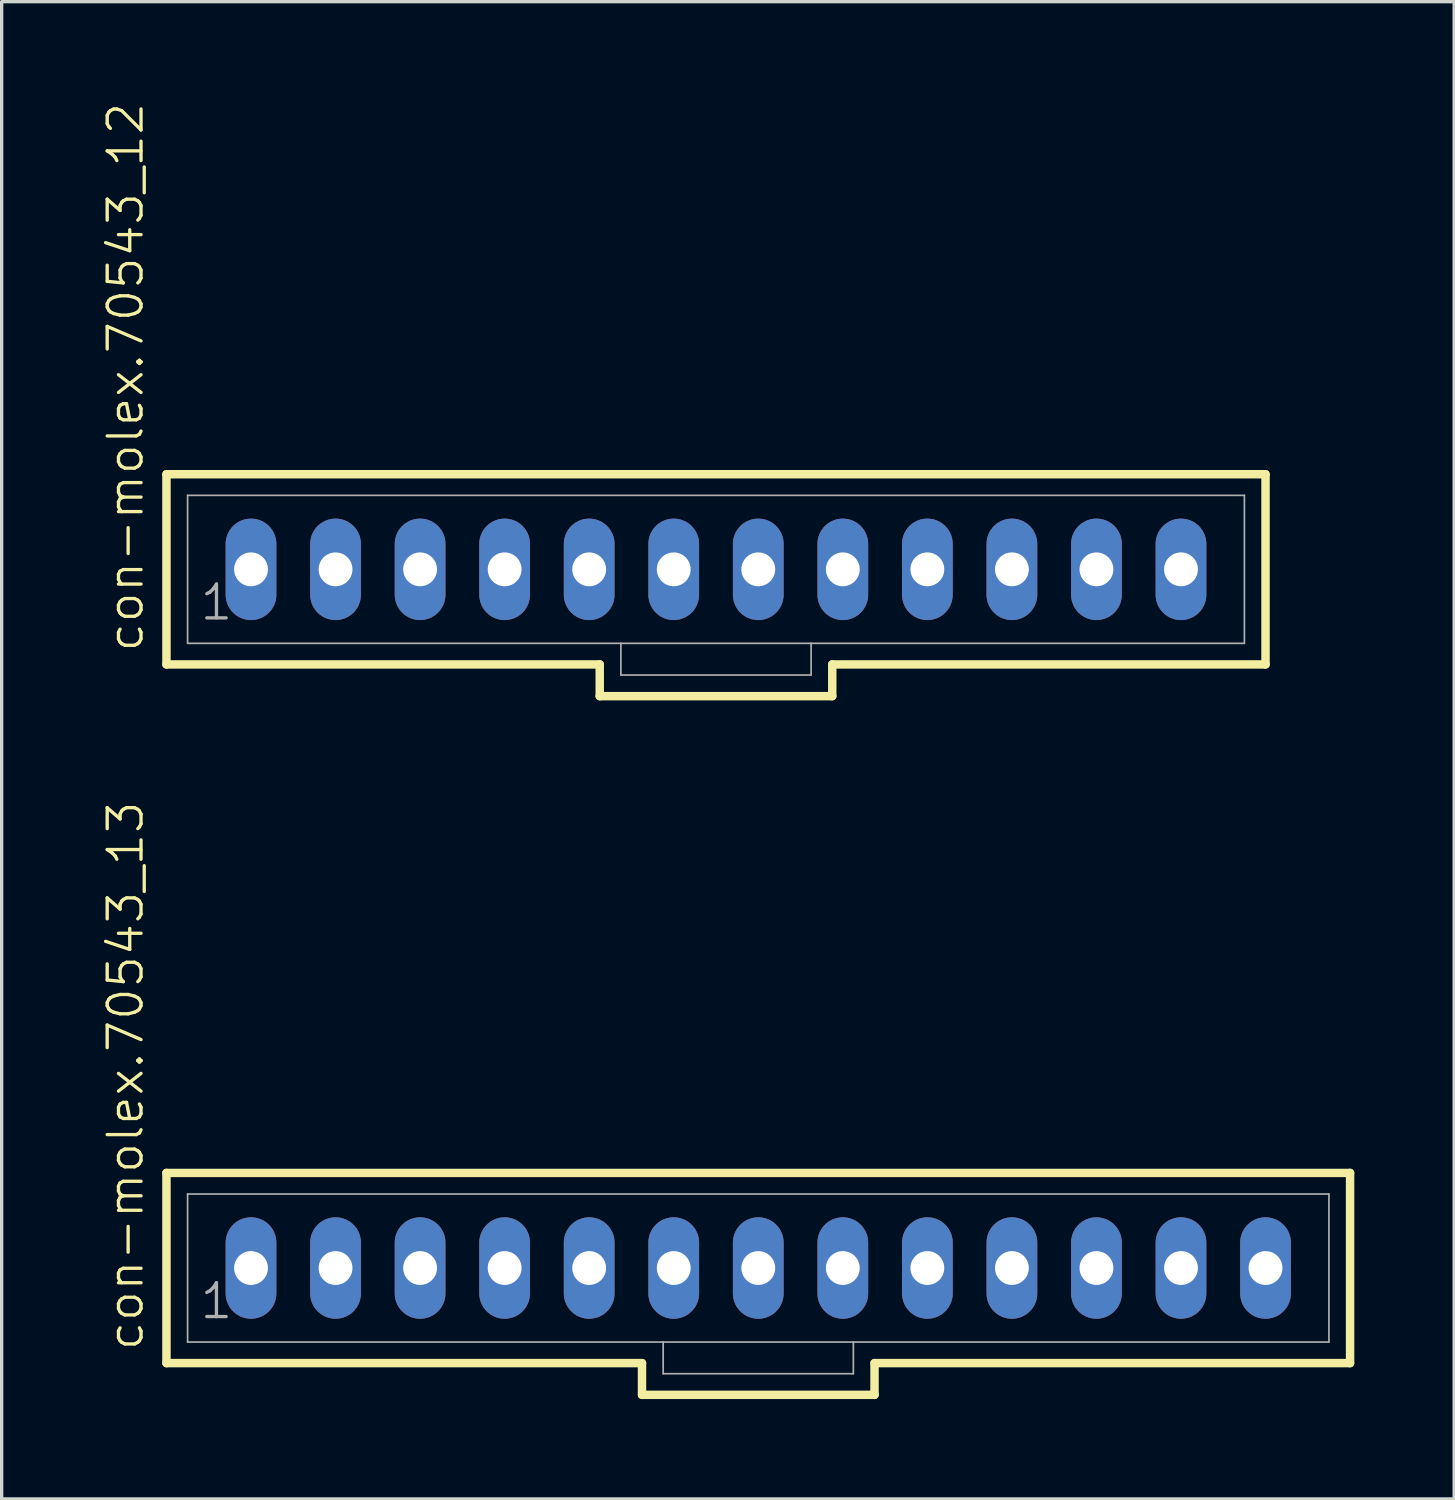
<source format=kicad_pcb>
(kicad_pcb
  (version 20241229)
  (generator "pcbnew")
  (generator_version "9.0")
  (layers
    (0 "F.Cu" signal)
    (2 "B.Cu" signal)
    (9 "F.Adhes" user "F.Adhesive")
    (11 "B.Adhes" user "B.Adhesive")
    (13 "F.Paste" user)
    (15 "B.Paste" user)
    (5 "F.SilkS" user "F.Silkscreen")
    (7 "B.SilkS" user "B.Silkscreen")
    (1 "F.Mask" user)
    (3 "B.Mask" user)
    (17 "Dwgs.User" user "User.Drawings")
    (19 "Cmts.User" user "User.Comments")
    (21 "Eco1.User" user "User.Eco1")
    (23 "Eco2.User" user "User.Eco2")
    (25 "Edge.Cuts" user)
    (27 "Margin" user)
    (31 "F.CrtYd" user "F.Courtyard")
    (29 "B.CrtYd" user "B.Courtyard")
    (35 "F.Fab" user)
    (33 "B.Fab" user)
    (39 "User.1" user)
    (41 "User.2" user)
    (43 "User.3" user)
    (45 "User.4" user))
  (footprint "con-molex.70543_12"
    (layer "F.Cu")
    (at 18.461 14.055)
    (property "Reference" "con-molex.70543_12" (at -17.145 2.54 90) (layer "F.SilkS") (effects (font (size 1.016 1.016) (thickness 0.1)) (justify left bottom)))
    (attr through_hole)
    (fp_line (start -16.51 -2.857) (end -16.51 2.857) (stroke (width 0.254) (type default)) (layer "F.SilkS"))
    (fp_line (start -16.51 2.857) (end -3.493 2.857) (stroke (width 0.254) (type default)) (layer "F.SilkS"))
    (fp_line (start -3.493 2.857) (end -3.493 3.81) (stroke (width 0.254) (type default)) (layer "F.SilkS"))
    (fp_line (start -3.493 3.81) (end 3.493 3.81) (stroke (width 0.254) (type default)) (layer "F.SilkS"))
    (fp_line (start 3.493 2.857) (end 16.51 2.857) (stroke (width 0.254) (type default)) (layer "F.SilkS"))
    (fp_line (start 3.493 3.81) (end 3.493 2.857) (stroke (width 0.254) (type default)) (layer "F.SilkS"))
    (fp_line (start 16.51 -2.857) (end -16.51 -2.857) (stroke (width 0.254) (type default)) (layer "F.SilkS"))
    (fp_line (start 16.51 2.857) (end 16.51 -2.857) (stroke (width 0.254) (type default)) (layer "F.SilkS"))
    (fp_line (start -15.875 -2.223) (end -15.875 2.223) (stroke (width 0.051) (type default)) (layer "F.Fab"))
    (fp_line (start -15.875 -2.223) (end 15.875 -2.223) (stroke (width 0.051) (type default)) (layer "F.Fab"))
    (fp_line (start -15.875 2.223) (end -2.857 2.223) (stroke (width 0.051) (type default)) (layer "F.Fab"))
    (fp_line (start -2.857 2.223) (end -2.857 3.175) (stroke (width 0.051) (type default)) (layer "F.Fab"))
    (fp_line (start -2.857 2.223) (end 2.857 2.223) (stroke (width 0.051) (type default)) (layer "F.Fab"))
    (fp_line (start 2.857 2.223) (end 2.857 3.175) (stroke (width 0.051) (type default)) (layer "F.Fab"))
    (fp_line (start 2.857 2.223) (end 15.875 2.223) (stroke (width 0.051) (type default)) (layer "F.Fab"))
    (fp_line (start 2.857 3.175) (end -2.857 3.175) (stroke (width 0.051) (type default)) (layer "F.Fab"))
    (fp_line (start 15.875 -2.223) (end 15.875 2.223) (stroke (width 0.051) (type default)) (layer "F.Fab"))
    (fp_rect (start -14.208 0.238) (end -13.732 -0.238) (stroke (width 0.05) (type default)) (fill no) (layer "F.Fab"))
    (fp_rect (start -11.668 0.238) (end -11.192 -0.238) (stroke (width 0.05) (type default)) (fill no) (layer "F.Fab"))
    (fp_rect (start -9.128 0.238) (end -8.652 -0.238) (stroke (width 0.05) (type default)) (fill no) (layer "F.Fab"))
    (fp_rect (start -6.588 0.238) (end -6.112 -0.238) (stroke (width 0.05) (type default)) (fill no) (layer "F.Fab"))
    (fp_rect (start -4.048 0.238) (end -3.572 -0.238) (stroke (width 0.05) (type default)) (fill no) (layer "F.Fab"))
    (fp_rect (start -1.508 0.238) (end -1.032 -0.238) (stroke (width 0.05) (type default)) (fill no) (layer "F.Fab"))
    (fp_rect (start 1.032 0.238) (end 1.508 -0.238) (stroke (width 0.05) (type default)) (fill no) (layer "F.Fab"))
    (fp_rect (start 3.572 0.238) (end 4.048 -0.238) (stroke (width 0.05) (type default)) (fill no) (layer "F.Fab"))
    (fp_rect (start 6.112 0.238) (end 6.588 -0.238) (stroke (width 0.05) (type default)) (fill no) (layer "F.Fab"))
    (fp_rect (start 8.652 0.238) (end 9.128 -0.238) (stroke (width 0.05) (type default)) (fill no) (layer "F.Fab"))
    (fp_rect (start 11.192 0.238) (end 11.668 -0.238) (stroke (width 0.05) (type default)) (fill no) (layer "F.Fab"))
    (fp_rect (start 13.732 0.238) (end 14.208 -0.238) (stroke (width 0.05) (type default)) (fill no) (layer "F.Fab"))
    (fp_text user "1" (at -15.557 1.587 0) (layer "F.Fab") (effects (font (size 1.016 1.016) (thickness 0.1)) (justify left bottom)))
    (pad "1" thru_hole oval (at -13.97 0 90) (size 3.048 1.524) (drill 1.016) (layers "*.Cu" "*.Mask"))
    (pad "2" thru_hole oval (at -11.43 0 90) (size 3.048 1.524) (drill 1.016) (layers "*.Cu" "*.Mask"))
    (pad "3" thru_hole oval (at -8.89 0 90) (size 3.048 1.524) (drill 1.016) (layers "*.Cu" "*.Mask"))
    (pad "4" thru_hole oval (at -6.35 0 90) (size 3.048 1.524) (drill 1.016) (layers "*.Cu" "*.Mask"))
    (pad "5" thru_hole oval (at -3.81 0 90) (size 3.048 1.524) (drill 1.016) (layers "*.Cu" "*.Mask"))
    (pad "6" thru_hole oval (at -1.27 0 90) (size 3.048 1.524) (drill 1.016) (layers "*.Cu" "*.Mask"))
    (pad "7" thru_hole oval (at 1.27 0 90) (size 3.048 1.524) (drill 1.016) (layers "*.Cu" "*.Mask"))
    (pad "8" thru_hole oval (at 3.81 0 90) (size 3.048 1.524) (drill 1.016) (layers "*.Cu" "*.Mask"))
    (pad "9" thru_hole oval (at 6.35 0 90) (size 3.048 1.524) (drill 1.016) (layers "*.Cu" "*.Mask"))
    (pad "10" thru_hole oval (at 8.89 0 90) (size 3.048 1.524) (drill 1.016) (layers "*.Cu" "*.Mask"))
    (pad "11" thru_hole oval (at 11.43 0 90) (size 3.048 1.524) (drill 1.016) (layers "*.Cu" "*.Mask"))
    (pad "12" thru_hole oval (at 13.97 0 90) (size 3.048 1.524) (drill 1.016) (layers "*.Cu" "*.Mask")))
  (footprint "con-molex.70543_13"
    (layer "F.Cu")
    (at 19.731 35.046)
    (property "Reference" "con-molex.70543_13" (at -18.415 2.54 90) (layer "F.SilkS") (effects (font (size 1.016 1.016) (thickness 0.1)) (justify left bottom)))
    (attr through_hole)
    (fp_line (start -17.78 -2.857) (end -17.78 2.857) (stroke (width 0.254) (type default)) (layer "F.SilkS"))
    (fp_line (start -17.78 2.857) (end -3.493 2.857) (stroke (width 0.254) (type default)) (layer "F.SilkS"))
    (fp_line (start -3.493 2.857) (end -3.493 3.81) (stroke (width 0.254) (type default)) (layer "F.SilkS"))
    (fp_line (start -3.493 3.81) (end 3.493 3.81) (stroke (width 0.254) (type default)) (layer "F.SilkS"))
    (fp_line (start 3.493 2.857) (end 17.78 2.857) (stroke (width 0.254) (type default)) (layer "F.SilkS"))
    (fp_line (start 3.493 3.81) (end 3.493 2.857) (stroke (width 0.254) (type default)) (layer "F.SilkS"))
    (fp_line (start 17.78 -2.857) (end -17.78 -2.857) (stroke (width 0.254) (type default)) (layer "F.SilkS"))
    (fp_line (start 17.78 2.857) (end 17.78 -2.857) (stroke (width 0.254) (type default)) (layer "F.SilkS"))
    (fp_line (start -17.145 -2.223) (end -17.145 2.223) (stroke (width 0.051) (type default)) (layer "F.Fab"))
    (fp_line (start -17.145 -2.223) (end 17.145 -2.223) (stroke (width 0.051) (type default)) (layer "F.Fab"))
    (fp_line (start -17.145 2.223) (end -2.857 2.223) (stroke (width 0.051) (type default)) (layer "F.Fab"))
    (fp_line (start -2.857 2.223) (end -2.857 3.175) (stroke (width 0.051) (type default)) (layer "F.Fab"))
    (fp_line (start -2.857 2.223) (end 2.857 2.223) (stroke (width 0.051) (type default)) (layer "F.Fab"))
    (fp_line (start 2.857 2.223) (end 2.857 3.175) (stroke (width 0.051) (type default)) (layer "F.Fab"))
    (fp_line (start 2.857 2.223) (end 17.145 2.223) (stroke (width 0.051) (type default)) (layer "F.Fab"))
    (fp_line (start 2.857 3.175) (end -2.857 3.175) (stroke (width 0.051) (type default)) (layer "F.Fab"))
    (fp_line (start 17.145 -2.223) (end 17.145 2.223) (stroke (width 0.051) (type default)) (layer "F.Fab"))
    (fp_rect (start -15.478 0.238) (end -15.002 -0.238) (stroke (width 0.05) (type default)) (fill no) (layer "F.Fab"))
    (fp_rect (start -12.938 0.238) (end -12.462 -0.238) (stroke (width 0.05) (type default)) (fill no) (layer "F.Fab"))
    (fp_rect (start -10.398 0.238) (end -9.922 -0.238) (stroke (width 0.05) (type default)) (fill no) (layer "F.Fab"))
    (fp_rect (start -7.858 0.238) (end -7.382 -0.238) (stroke (width 0.05) (type default)) (fill no) (layer "F.Fab"))
    (fp_rect (start -5.318 0.238) (end -4.842 -0.238) (stroke (width 0.05) (type default)) (fill no) (layer "F.Fab"))
    (fp_rect (start -2.778 0.238) (end -2.302 -0.238) (stroke (width 0.05) (type default)) (fill no) (layer "F.Fab"))
    (fp_rect (start -0.238 0.238) (end 0.238 -0.238) (stroke (width 0.05) (type default)) (fill no) (layer "F.Fab"))
    (fp_rect (start 2.302 0.238) (end 2.778 -0.238) (stroke (width 0.05) (type default)) (fill no) (layer "F.Fab"))
    (fp_rect (start 4.842 0.238) (end 5.318 -0.238) (stroke (width 0.05) (type default)) (fill no) (layer "F.Fab"))
    (fp_rect (start 7.382 0.238) (end 7.858 -0.238) (stroke (width 0.05) (type default)) (fill no) (layer "F.Fab"))
    (fp_rect (start 9.922 0.238) (end 10.398 -0.238) (stroke (width 0.05) (type default)) (fill no) (layer "F.Fab"))
    (fp_rect (start 12.462 0.238) (end 12.938 -0.238) (stroke (width 0.05) (type default)) (fill no) (layer "F.Fab"))
    (fp_rect (start 15.002 0.238) (end 15.478 -0.238) (stroke (width 0.05) (type default)) (fill no) (layer "F.Fab"))
    (fp_text user "1" (at -16.828 1.587 0) (layer "F.Fab") (effects (font (size 1.016 1.016) (thickness 0.1)) (justify left bottom)))
    (pad "1" thru_hole oval (at -15.24 0 90) (size 3.048 1.524) (drill 1.016) (layers "*.Cu" "*.Mask"))
    (pad "2" thru_hole oval (at -12.7 0 90) (size 3.048 1.524) (drill 1.016) (layers "*.Cu" "*.Mask"))
    (pad "3" thru_hole oval (at -10.16 0 90) (size 3.048 1.524) (drill 1.016) (layers "*.Cu" "*.Mask"))
    (pad "4" thru_hole oval (at -7.62 0 90) (size 3.048 1.524) (drill 1.016) (layers "*.Cu" "*.Mask"))
    (pad "5" thru_hole oval (at -5.08 0 90) (size 3.048 1.524) (drill 1.016) (layers "*.Cu" "*.Mask"))
    (pad "6" thru_hole oval (at -2.54 0 90) (size 3.048 1.524) (drill 1.016) (layers "*.Cu" "*.Mask"))
    (pad "7" thru_hole oval (at 0 0 90) (size 3.048 1.524) (drill 1.016) (layers "*.Cu" "*.Mask"))
    (pad "8" thru_hole oval (at 2.54 0 90) (size 3.048 1.524) (drill 1.016) (layers "*.Cu" "*.Mask"))
    (pad "9" thru_hole oval (at 5.08 0 90) (size 3.048 1.524) (drill 1.016) (layers "*.Cu" "*.Mask"))
    (pad "10" thru_hole oval (at 7.62 0 90) (size 3.048 1.524) (drill 1.016) (layers "*.Cu" "*.Mask"))
    (pad "11" thru_hole oval (at 10.16 0 90) (size 3.048 1.524) (drill 1.016) (layers "*.Cu" "*.Mask"))
    (pad "12" thru_hole oval (at 12.7 0 90) (size 3.048 1.524) (drill 1.016) (layers "*.Cu" "*.Mask"))
    (pad "13" thru_hole oval (at 15.24 0 90) (size 3.048 1.524) (drill 1.016) (layers "*.Cu" "*.Mask")))
  (gr_rect
    (start -3 -3)
    (end 40.638 41.983)
    (stroke (width 0.1) (type default))
    (fill no)
    (layer "Edge.Cuts")))
</source>
